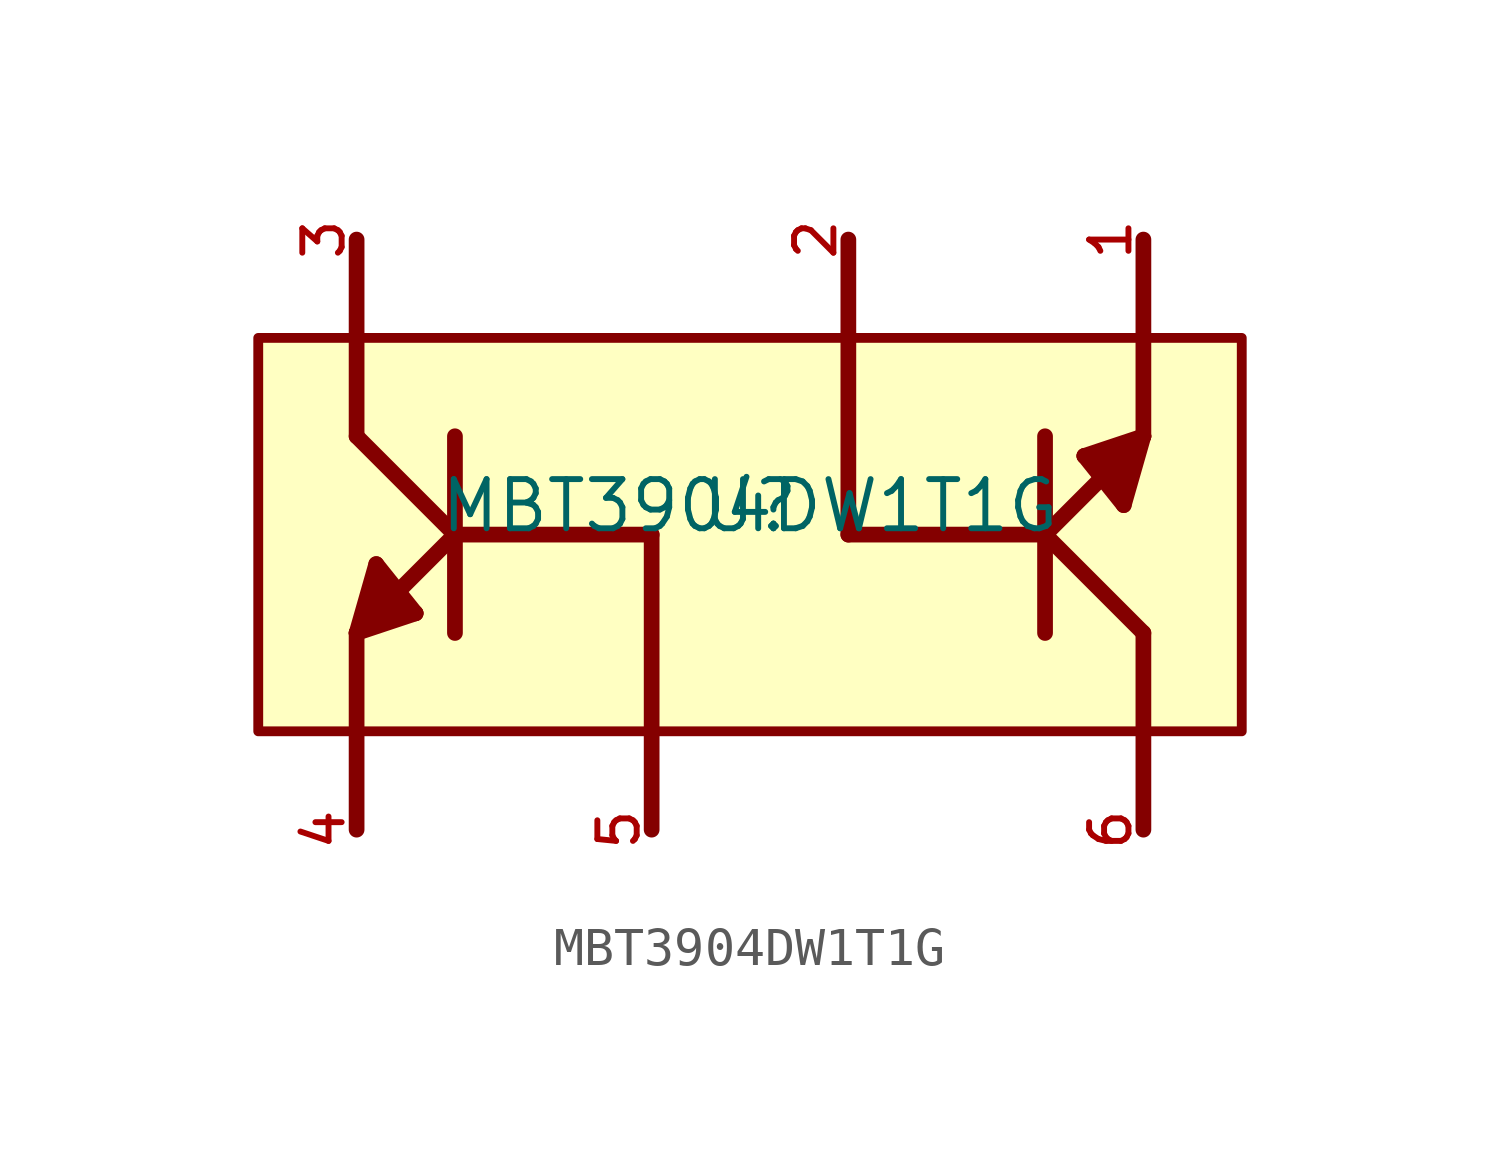
<source format=kicad_sym>
(kicad_symbol_lib
  (version 20220914)
  (generator kicad_symbol_editor)
  (symbol "MBT3904DW1T1G"
    (pin_names
      (offset 1.016))
    (property "Reference" "U"
      (at 0 0 0)
      (effects (font (size 1.27 1.27)) (justify bottom)))
    (property "Value" "MBT3904DW1T1G"
      (at 0 0 0)
      (effects (font (size 1.27 1.27)) (justify bottom)))
    (symbol "MBT3904DW1T1G_0_0"
      (rectangle (start -12.7 5.08) (end 12.7 -5.08) (stroke (width 0.254) (type default)) (fill (type background)))
      (polyline (pts (xy -10.16 -2.54) (xy -10.16 -7.62)) (stroke (width 0.406) (type default)) (fill (type none)))
      (polyline (pts (xy -10.16 -2.54) (xy -8.636 -2.032)) (stroke (width 0.406) (type default)) (fill (type none)))
      (polyline (pts (xy -10.16 2.54) (xy -10.16 7.62)) (stroke (width 0.406) (type default)) (fill (type none)))
      (polyline (pts (xy -9.906 -1.778) (xy -9.652 -1.27)) (stroke (width 0.406) (type default)) (fill (type none)))
      (polyline (pts (xy -9.652 -1.524) (xy -9.906 -1.778)) (stroke (width 0.406) (type default)) (fill (type none)))
      (polyline (pts (xy -9.652 -1.27) (xy -9.398 -1.524)) (stroke (width 0.406) (type default)) (fill (type none)))
      (polyline (pts (xy -9.652 -0.762) (xy -10.16 -2.54)) (stroke (width 0.406) (type default)) (fill (type none)))
      (polyline (pts (xy -9.398 -2.032) (xy -9.652 -1.524)) (stroke (width 0.406) (type default)) (fill (type none)))
      (polyline (pts (xy -9.144 -2.032) (xy -9.144 -1.778)) (stroke (width 0.406) (type default)) (fill (type none)))
      (polyline (pts (xy -9.144 -1.778) (xy -9.398 -2.032)) (stroke (width 0.406) (type default)) (fill (type none)))
      (polyline (pts (xy -8.636 -2.032) (xy -9.652 -0.762)) (stroke (width 0.406) (type default)) (fill (type none)))
      (polyline (pts (xy -8.636 -2.032) (xy -9.144 -2.032)) (stroke (width 0.406) (type default)) (fill (type none)))
      (polyline (pts (xy -7.62 0) (xy -10.16 -2.54)) (stroke (width 0.406) (type default)) (fill (type none)))
      (polyline (pts (xy -7.62 0) (xy -10.16 2.54)) (stroke (width 0.406) (type default)) (fill (type none)))
      (polyline (pts (xy -7.62 0) (xy -7.62 -2.54)) (stroke (width 0.406) (type default)) (fill (type none)))
      (polyline (pts (xy -7.62 0) (xy -2.54 0)) (stroke (width 0.406) (type default)) (fill (type none)))
      (polyline (pts (xy -7.62 2.54) (xy -7.62 0)) (stroke (width 0.406) (type default)) (fill (type none)))
      (polyline (pts (xy -2.54 0) (xy -2.54 -7.62)) (stroke (width 0.406) (type default)) (fill (type none)))
      (polyline (pts (xy 2.54 0) (xy 2.54 7.62)) (stroke (width 0.406) (type default)) (fill (type none)))
      (polyline (pts (xy 7.62 -2.54) (xy 7.62 0)) (stroke (width 0.406) (type default)) (fill (type none)))
      (polyline (pts (xy 7.62 0) (xy 2.54 0)) (stroke (width 0.406) (type default)) (fill (type none)))
      (polyline (pts (xy 7.62 0) (xy 7.62 2.54)) (stroke (width 0.406) (type default)) (fill (type none)))
      (polyline (pts (xy 7.62 0) (xy 10.16 -2.54)) (stroke (width 0.406) (type default)) (fill (type none)))
      (polyline (pts (xy 7.62 0) (xy 10.16 2.54)) (stroke (width 0.406) (type default)) (fill (type none)))
      (polyline (pts (xy 8.636 2.032) (xy 9.144 2.032)) (stroke (width 0.406) (type default)) (fill (type none)))
      (polyline (pts (xy 8.636 2.032) (xy 9.652 0.762)) (stroke (width 0.406) (type default)) (fill (type none)))
      (polyline (pts (xy 9.144 1.778) (xy 9.398 2.032)) (stroke (width 0.406) (type default)) (fill (type none)))
      (polyline (pts (xy 9.144 2.032) (xy 9.144 1.778)) (stroke (width 0.406) (type default)) (fill (type none)))
      (polyline (pts (xy 9.398 2.032) (xy 9.652 1.524)) (stroke (width 0.406) (type default)) (fill (type none)))
      (polyline (pts (xy 9.652 0.762) (xy 10.16 2.54)) (stroke (width 0.406) (type default)) (fill (type none)))
      (polyline (pts (xy 9.652 1.27) (xy 9.398 1.524)) (stroke (width 0.406) (type default)) (fill (type none)))
      (polyline (pts (xy 9.652 1.524) (xy 9.906 1.778)) (stroke (width 0.406) (type default)) (fill (type none)))
      (polyline (pts (xy 9.906 1.778) (xy 9.652 1.27)) (stroke (width 0.406) (type default)) (fill (type none)))
      (polyline (pts (xy 10.16 -2.54) (xy 10.16 -7.62)) (stroke (width 0.406) (type default)) (fill (type none)))
      (polyline (pts (xy 10.16 2.54) (xy 8.636 2.032)) (stroke (width 0.406) (type default)) (fill (type none)))
      (polyline (pts (xy 10.16 2.54) (xy 10.16 7.62)) (stroke (width 0.406) (type default)) (fill (type none)))
      (pin bidirectional line (at 10.16 7.62 90) (length 0) (name "~" (effects (font (size 1.016 1.016)))) (number "1" (effects (font (size 1.016 1.016)))))
      (pin bidirectional line (at 2.54 7.62 90) (length 0) (name "~" (effects (font (size 1.016 1.016)))) (number "2" (effects (font (size 1.016 1.016)))))
      (pin bidirectional line (at -10.16 7.62 90) (length 0) (name "~" (effects (font (size 1.016 1.016)))) (number "3" (effects (font (size 1.016 1.016)))))
      (pin bidirectional line (at -10.16 -7.62 270) (length 0) (name "~" (effects (font (size 1.016 1.016)))) (number "4" (effects (font (size 1.016 1.016)))))
      (pin bidirectional line (at -2.54 -7.62 270) (length 0) (name "~" (effects (font (size 1.016 1.016)))) (number "5" (effects (font (size 1.016 1.016)))))
      (pin bidirectional line (at 10.16 -7.62 270) (length 0) (name "~" (effects (font (size 1.016 1.016)))) (number "6" (effects (font (size 1.016 1.016))))))))
</source>
